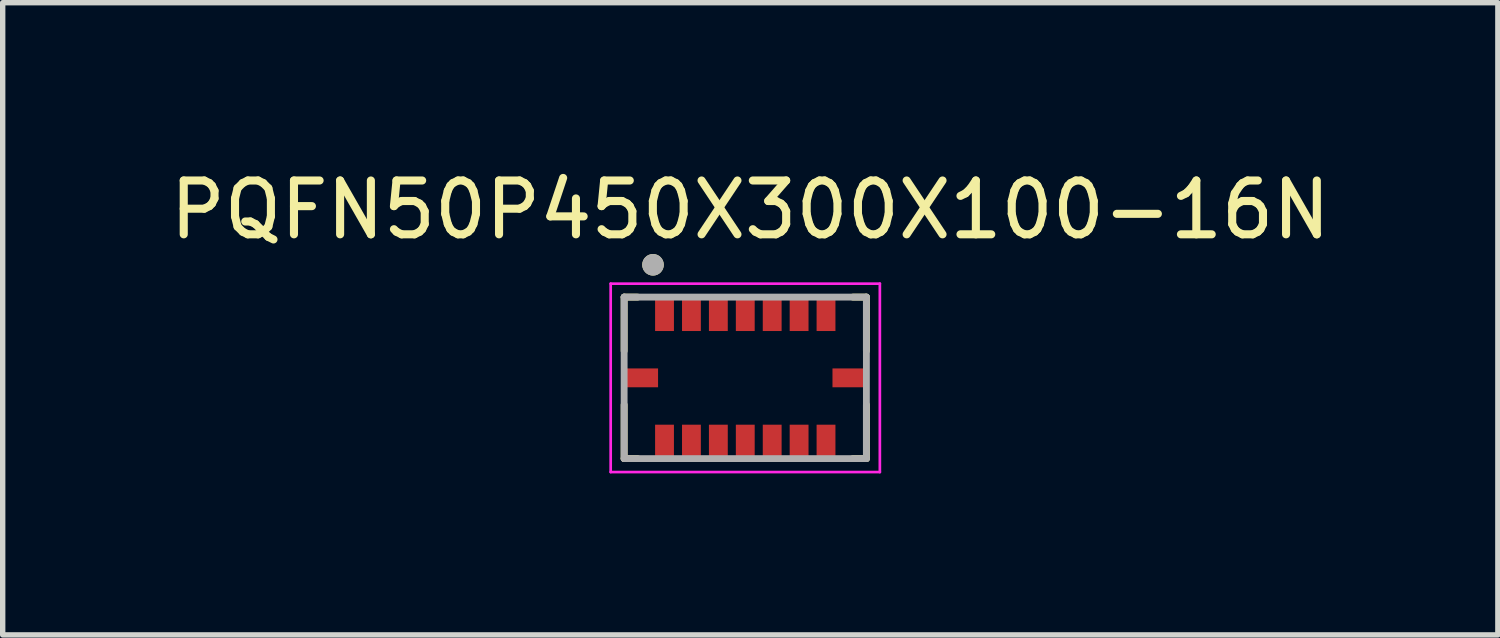
<source format=kicad_pcb>
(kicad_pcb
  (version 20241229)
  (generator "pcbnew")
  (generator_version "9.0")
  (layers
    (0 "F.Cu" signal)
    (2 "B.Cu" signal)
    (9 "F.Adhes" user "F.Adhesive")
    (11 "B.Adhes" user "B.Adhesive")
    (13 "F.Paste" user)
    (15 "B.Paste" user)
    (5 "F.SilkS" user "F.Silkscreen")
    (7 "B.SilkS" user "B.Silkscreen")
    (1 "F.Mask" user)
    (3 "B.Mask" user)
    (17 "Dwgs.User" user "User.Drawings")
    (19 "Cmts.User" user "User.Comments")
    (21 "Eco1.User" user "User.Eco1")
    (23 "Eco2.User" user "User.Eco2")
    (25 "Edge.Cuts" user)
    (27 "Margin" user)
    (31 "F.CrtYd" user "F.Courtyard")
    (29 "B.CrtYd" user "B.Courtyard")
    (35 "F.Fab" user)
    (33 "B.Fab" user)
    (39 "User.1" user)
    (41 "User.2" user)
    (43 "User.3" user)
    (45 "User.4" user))
  (footprint "PQFN50P450X300X100-16N"
    (layer "F.Cu")
    (at 10.709 3.969)
    (property "Reference" "PQFN50P450X300X100-16N" (at 0.178 -3.121 0) (layer "F.SilkS") (effects (font (size 1 1) (thickness 0.15))))
    (attr smd)
    (fp_line (start -2.165 -1.5) (end -1.915 -1.5) (stroke (width 0.127) (type solid)) (layer "F.SilkS"))
    (fp_line (start -2.165 -0.5) (end -2.165 -1.5) (stroke (width 0.127) (type solid)) (layer "F.SilkS"))
    (fp_line (start -2.165 1.5) (end -2.165 0.5) (stroke (width 0.127) (type solid)) (layer "F.SilkS"))
    (fp_line (start -1.915 1.5) (end -2.165 1.5) (stroke (width 0.127) (type solid)) (layer "F.SilkS"))
    (fp_line (start 2.335 -1.5) (end 2.085 -1.5) (stroke (width 0.127) (type solid)) (layer "F.SilkS"))
    (fp_line (start 2.335 -0.5) (end 2.335 -1.5) (stroke (width 0.127) (type solid)) (layer "F.SilkS"))
    (fp_line (start 2.335 0.5) (end 2.335 1.5) (stroke (width 0.127) (type solid)) (layer "F.SilkS"))
    (fp_line (start 2.335 1.5) (end 2.085 1.5) (stroke (width 0.127) (type solid)) (layer "F.SilkS"))
    (fp_circle (center -1.629 -2.1) (end -1.529 -2.1) (stroke (width 0.2) (type solid)) (fill no) (layer "F.SilkS"))
    (fp_line (start -2.415 -1.75) (end 2.585 -1.75) (stroke (width 0.05) (type solid)) (layer "F.CrtYd"))
    (fp_line (start -2.415 1.75) (end -2.415 -1.75) (stroke (width 0.05) (type solid)) (layer "F.CrtYd"))
    (fp_line (start 2.585 -1.75) (end 2.585 1.75) (stroke (width 0.05) (type solid)) (layer "F.CrtYd"))
    (fp_line (start 2.585 1.75) (end -2.415 1.75) (stroke (width 0.05) (type solid)) (layer "F.CrtYd"))
    (fp_line (start -2.165 -1.5) (end 2.335 -1.5) (stroke (width 0.127) (type solid)) (layer "F.Fab"))
    (fp_line (start -2.165 1.5) (end -2.165 -1.5) (stroke (width 0.127) (type solid)) (layer "F.Fab"))
    (fp_line (start 2.335 -1.5) (end 2.335 1.5) (stroke (width 0.127) (type solid)) (layer "F.Fab"))
    (fp_line (start 2.335 1.5) (end -2.165 1.5) (stroke (width 0.127) (type solid)) (layer "F.Fab"))
    (fp_circle (center -1.629 -2.1) (end -1.529 -2.1) (stroke (width 0.2) (type solid)) (fill no) (layer "F.Fab"))
    (pad "1" smd rect (at -1.415 -1.165) (size 0.35 0.59) (layers "F.Cu" "F.Mask" "F.Paste"))
    (pad "2" smd rect (at -0.915 -1.165) (size 0.35 0.59) (layers "F.Cu" "F.Mask" "F.Paste"))
    (pad "3" smd rect (at -0.415 -1.165) (size 0.35 0.59) (layers "F.Cu" "F.Mask" "F.Paste"))
    (pad "4" smd rect (at 0.085 -1.165) (size 0.35 0.59) (layers "F.Cu" "F.Mask" "F.Paste"))
    (pad "5" smd rect (at 0.585 -1.165) (size 0.35 0.59) (layers "F.Cu" "F.Mask" "F.Paste"))
    (pad "6" smd rect (at 1.085 -1.165) (size 0.35 0.59) (layers "F.Cu" "F.Mask" "F.Paste"))
    (pad "7" smd rect (at 1.585 -1.165) (size 0.35 0.59) (layers "F.Cu" "F.Mask" "F.Paste"))
    (pad "8" smd rect (at 2 0) (size 0.59 0.35) (layers "F.Cu" "F.Mask" "F.Paste"))
    (pad "9" smd rect (at 1.585 1.165) (size 0.35 0.59) (layers "F.Cu" "F.Mask" "F.Paste"))
    (pad "10" smd rect (at 1.085 1.165) (size 0.35 0.59) (layers "F.Cu" "F.Mask" "F.Paste"))
    (pad "11" smd rect (at 0.585 1.165) (size 0.35 0.59) (layers "F.Cu" "F.Mask" "F.Paste"))
    (pad "12" smd rect (at 0.085 1.165) (size 0.35 0.59) (layers "F.Cu" "F.Mask" "F.Paste"))
    (pad "13" smd rect (at -0.415 1.165) (size 0.35 0.59) (layers "F.Cu" "F.Mask" "F.Paste"))
    (pad "14" smd rect (at -0.915 1.165) (size 0.35 0.59) (layers "F.Cu" "F.Mask" "F.Paste"))
    (pad "15" smd rect (at -1.415 1.165) (size 0.35 0.59) (layers "F.Cu" "F.Mask" "F.Paste"))
    (pad "16" smd rect (at -1.83 0) (size 0.59 0.35) (layers "F.Cu" "F.Mask" "F.Paste")))
  (gr_rect
    (start -3 -3)
    (end 24.774 8.744)
    (stroke (width 0.1) (type default))
    (fill no)
    (layer "Edge.Cuts")))
</source>
